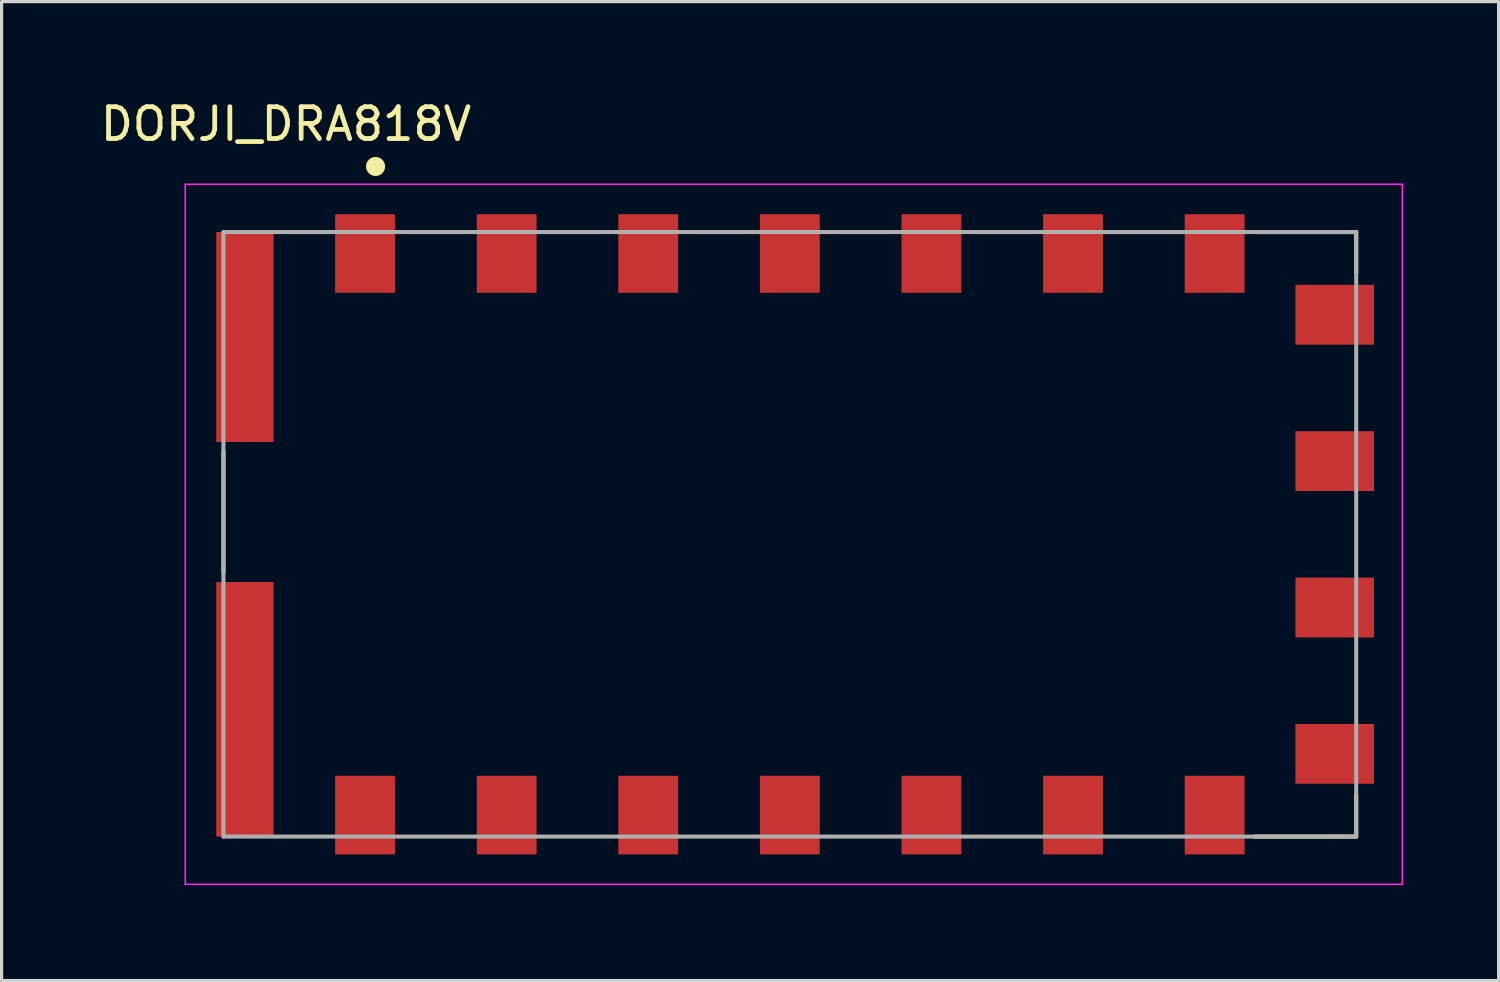
<source format=kicad_pcb>
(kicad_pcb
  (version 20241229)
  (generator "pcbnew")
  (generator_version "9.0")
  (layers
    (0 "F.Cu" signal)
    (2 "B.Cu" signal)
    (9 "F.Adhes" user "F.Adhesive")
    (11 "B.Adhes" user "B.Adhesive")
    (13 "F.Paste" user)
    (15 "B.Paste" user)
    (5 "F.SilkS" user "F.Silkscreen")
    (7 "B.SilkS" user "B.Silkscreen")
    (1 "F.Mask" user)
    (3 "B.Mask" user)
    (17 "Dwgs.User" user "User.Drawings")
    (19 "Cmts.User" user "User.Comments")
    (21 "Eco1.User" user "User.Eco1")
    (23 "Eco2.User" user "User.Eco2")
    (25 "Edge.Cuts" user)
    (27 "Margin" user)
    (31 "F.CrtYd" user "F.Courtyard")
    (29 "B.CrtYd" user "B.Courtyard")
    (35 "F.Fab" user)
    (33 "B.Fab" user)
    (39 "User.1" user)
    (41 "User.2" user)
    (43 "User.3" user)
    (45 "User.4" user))
  (footprint "DORJI_DRA818V"
    (layer "F.Cu")
    (at 21.773 13.742)
    (property "Reference" "DORJI_DRA818V" (at -15.835 -12.893 0) (layer "F.SilkS") (effects (font (size 1.001 1.001) (thickness 0.15))))
    (attr through_hole)
    (fp_line (start -17.8 -2.6) (end -17.8 1.2) (stroke (width 0.127) (type solid)) (layer "F.SilkS"))
    (fp_line (start 14.6 -9.5) (end 17.8 -9.5) (stroke (width 0.127) (type solid)) (layer "F.SilkS"))
    (fp_line (start 17.8 -9.5) (end 17.8 -8.2) (stroke (width 0.127) (type solid)) (layer "F.SilkS"))
    (fp_line (start 17.8 8.2) (end 17.8 9.5) (stroke (width 0.127) (type solid)) (layer "F.SilkS"))
    (fp_line (start 17.8 9.5) (end 14.6 9.5) (stroke (width 0.127) (type solid)) (layer "F.SilkS"))
    (fp_circle (center -13.02 -11.56) (end -12.87 -11.56) (stroke (width 0.3) (type solid)) (fill no) (layer "F.SilkS"))
    (fp_line (start -19 -11) (end 19.25 -11) (stroke (width 0.05) (type solid)) (layer "F.CrtYd"))
    (fp_line (start -19 11) (end -19 -11) (stroke (width 0.05) (type solid)) (layer "F.CrtYd"))
    (fp_line (start 19.25 -11) (end 19.25 11) (stroke (width 0.05) (type solid)) (layer "F.CrtYd"))
    (fp_line (start 19.25 11) (end -19 11) (stroke (width 0.05) (type solid)) (layer "F.CrtYd"))
    (fp_line (start -17.8 -9.5) (end 17.8 -9.5) (stroke (width 0.127) (type solid)) (layer "F.Fab"))
    (fp_line (start -17.8 9.5) (end -17.8 -9.5) (stroke (width 0.127) (type solid)) (layer "F.Fab"))
    (fp_line (start 17.8 -9.5) (end 17.8 9.5) (stroke (width 0.127) (type solid)) (layer "F.Fab"))
    (fp_line (start 17.8 9.5) (end -17.8 9.5) (stroke (width 0.127) (type solid)) (layer "F.Fab"))
    (pad "1" smd rect (at -13.35 -8.825 90) (size 2.47 1.88) (layers "F.Cu" "F.Mask" "F.Paste"))
    (pad "2" smd rect (at -8.9 -8.825 90) (size 2.47 1.88) (layers "F.Cu" "F.Mask" "F.Paste"))
    (pad "3" smd rect (at -4.45 -8.825 90) (size 2.47 1.88) (layers "F.Cu" "F.Mask" "F.Paste"))
    (pad "4" smd rect (at 0 -8.825 90) (size 2.47 1.88) (layers "F.Cu" "F.Mask" "F.Paste"))
    (pad "5" smd rect (at 4.45 -8.825 90) (size 2.47 1.88) (layers "F.Cu" "F.Mask" "F.Paste"))
    (pad "6" smd rect (at 8.9 -8.825 90) (size 2.47 1.88) (layers "F.Cu" "F.Mask" "F.Paste"))
    (pad "7" smd rect (at 13.35 -8.825 90) (size 2.47 1.88) (layers "F.Cu" "F.Mask" "F.Paste"))
    (pad "8" smd rect (at 17.125 -6.9) (size 2.47 1.88) (layers "F.Cu" "F.Mask" "F.Paste"))
    (pad "9" smd rect (at 17.125 -2.3) (size 2.47 1.88) (layers "F.Cu" "F.Mask" "F.Paste"))
    (pad "10" smd rect (at 17.125 2.3) (size 2.47 1.88) (layers "F.Cu" "F.Mask" "F.Paste"))
    (pad "11" smd rect (at 17.125 6.9) (size 2.47 1.88) (layers "F.Cu" "F.Mask" "F.Paste"))
    (pad "12" smd rect (at 13.35 8.825 270) (size 2.47 1.88) (layers "F.Cu" "F.Mask" "F.Paste"))
    (pad "13" smd rect (at 8.9 8.825 270) (size 2.47 1.88) (layers "F.Cu" "F.Mask" "F.Paste"))
    (pad "14" smd rect (at 4.45 8.825 90) (size 2.47 1.88) (layers "F.Cu" "F.Mask" "F.Paste"))
    (pad "15" smd rect (at 0 8.825 90) (size 2.47 1.88) (layers "F.Cu" "F.Mask" "F.Paste"))
    (pad "16" smd rect (at -4.45 8.825 90) (size 2.47 1.88) (layers "F.Cu" "F.Mask" "F.Paste"))
    (pad "17" smd rect (at -8.9 8.825 90) (size 2.47 1.88) (layers "F.Cu" "F.Mask" "F.Paste"))
    (pad "18" smd rect (at -13.35 8.825 90) (size 2.47 1.88) (layers "F.Cu" "F.Mask" "F.Paste"))
    (pad "P2" smd rect (at -17.125 -6.2 90) (size 6.6 1.8) (layers "F.Cu" "F.Mask" "F.Paste"))
    (pad "P3" smd rect (at -17.125 5.5 90) (size 8 1.8) (layers "F.Cu" "F.Mask" "F.Paste"))
    (zone (net_name "") (layer "F.Cu") (hatch full 0.508) (connect_pads) (min_thickness 0.01) (filled_areas_thickness no) (keepout (tracks not_allowed) (vias not_allowed) (pads not_allowed) (copperpour not_allowed) (footprints allowed)) (placement (enabled no)) (fill) (polygon (pts (xy 28.584 9.992) (xy 36.573 9.992) (xy 36.573 16.246) (xy 28.584 16.246))))
    (zone (net_name "") (layers "F.Cu" "B.Cu") (hatch full 0.508) (connect_pads) (min_thickness 0.01) (filled_areas_thickness no) (keepout (tracks allowed) (vias not_allowed) (pads allowed) (copperpour allowed) (footprints allowed)) (placement (enabled no)) (fill) (polygon (pts (xy 28.578 9.992) (xy 36.573 9.992) (xy 36.573 16.244) (xy 28.578 16.244)))))
  (gr_rect
    (start -3 -3)
    (end 44.048 27.767)
    (stroke (width 0.1) (type default))
    (fill no)
    (layer "Edge.Cuts")))
</source>
